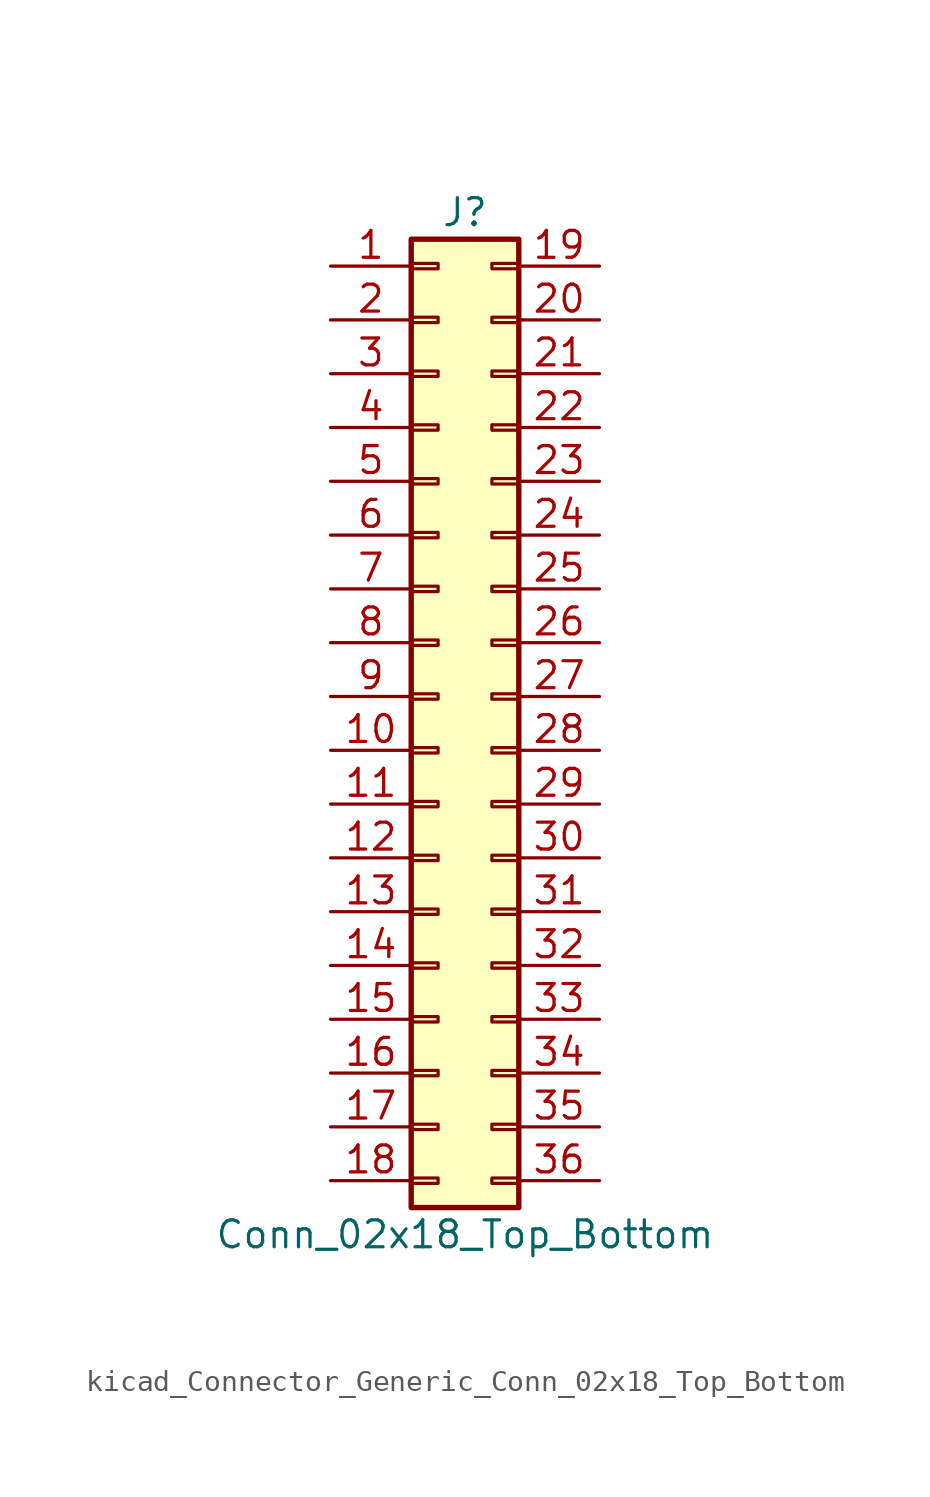
<source format=kicad_sym>
(kicad_symbol_lib
  (version 20220914)
  (generator kicad_symbol_editor)
  (symbol "kicad_Connector_Generic_Conn_02x18_Top_Bottom"
    (pin_names
      (offset 1.016) hide)
    (property "Reference" "J"
      (at 1.27 22.86 0)
      (effects (font (size 1.27 1.27))))
    (property "Value" "Conn_02x18_Top_Bottom"
      (at 1.27 -25.4 0)
      (effects (font (size 1.27 1.27))))
    (symbol "kicad_Connector_Generic_Conn_02x18_Top_Bottom_1_1"
      (rectangle (start -1.27 -22.733) (end 0 -22.987) (stroke (width 0.152) (type default)) (fill (type none)))
      (rectangle (start -1.27 -20.193) (end 0 -20.447) (stroke (width 0.152) (type default)) (fill (type none)))
      (rectangle (start -1.27 -17.653) (end 0 -17.907) (stroke (width 0.152) (type default)) (fill (type none)))
      (rectangle (start -1.27 -15.113) (end 0 -15.367) (stroke (width 0.152) (type default)) (fill (type none)))
      (rectangle (start -1.27 -12.573) (end 0 -12.827) (stroke (width 0.152) (type default)) (fill (type none)))
      (rectangle (start -1.27 -10.033) (end 0 -10.287) (stroke (width 0.152) (type default)) (fill (type none)))
      (rectangle (start -1.27 -7.493) (end 0 -7.747) (stroke (width 0.152) (type default)) (fill (type none)))
      (rectangle (start -1.27 -4.953) (end 0 -5.207) (stroke (width 0.152) (type default)) (fill (type none)))
      (rectangle (start -1.27 -2.413) (end 0 -2.667) (stroke (width 0.152) (type default)) (fill (type none)))
      (rectangle (start -1.27 0.127) (end 0 -0.127) (stroke (width 0.152) (type default)) (fill (type none)))
      (rectangle (start -1.27 2.667) (end 0 2.413) (stroke (width 0.152) (type default)) (fill (type none)))
      (rectangle (start -1.27 5.207) (end 0 4.953) (stroke (width 0.152) (type default)) (fill (type none)))
      (rectangle (start -1.27 7.747) (end 0 7.493) (stroke (width 0.152) (type default)) (fill (type none)))
      (rectangle (start -1.27 10.287) (end 0 10.033) (stroke (width 0.152) (type default)) (fill (type none)))
      (rectangle (start -1.27 12.827) (end 0 12.573) (stroke (width 0.152) (type default)) (fill (type none)))
      (rectangle (start -1.27 15.367) (end 0 15.113) (stroke (width 0.152) (type default)) (fill (type none)))
      (rectangle (start -1.27 17.907) (end 0 17.653) (stroke (width 0.152) (type default)) (fill (type none)))
      (rectangle (start -1.27 20.447) (end 0 20.193) (stroke (width 0.152) (type default)) (fill (type none)))
      (rectangle (start -1.27 21.59) (end 3.81 -24.13) (stroke (width 0.254) (type default)) (fill (type background)))
      (rectangle (start 3.81 -22.733) (end 2.54 -22.987) (stroke (width 0.152) (type default)) (fill (type none)))
      (rectangle (start 3.81 -20.193) (end 2.54 -20.447) (stroke (width 0.152) (type default)) (fill (type none)))
      (rectangle (start 3.81 -17.653) (end 2.54 -17.907) (stroke (width 0.152) (type default)) (fill (type none)))
      (rectangle (start 3.81 -15.113) (end 2.54 -15.367) (stroke (width 0.152) (type default)) (fill (type none)))
      (rectangle (start 3.81 -12.573) (end 2.54 -12.827) (stroke (width 0.152) (type default)) (fill (type none)))
      (rectangle (start 3.81 -10.033) (end 2.54 -10.287) (stroke (width 0.152) (type default)) (fill (type none)))
      (rectangle (start 3.81 -7.493) (end 2.54 -7.747) (stroke (width 0.152) (type default)) (fill (type none)))
      (rectangle (start 3.81 -4.953) (end 2.54 -5.207) (stroke (width 0.152) (type default)) (fill (type none)))
      (rectangle (start 3.81 -2.413) (end 2.54 -2.667) (stroke (width 0.152) (type default)) (fill (type none)))
      (rectangle (start 3.81 0.127) (end 2.54 -0.127) (stroke (width 0.152) (type default)) (fill (type none)))
      (rectangle (start 3.81 2.667) (end 2.54 2.413) (stroke (width 0.152) (type default)) (fill (type none)))
      (rectangle (start 3.81 5.207) (end 2.54 4.953) (stroke (width 0.152) (type default)) (fill (type none)))
      (rectangle (start 3.81 7.747) (end 2.54 7.493) (stroke (width 0.152) (type default)) (fill (type none)))
      (rectangle (start 3.81 10.287) (end 2.54 10.033) (stroke (width 0.152) (type default)) (fill (type none)))
      (rectangle (start 3.81 12.827) (end 2.54 12.573) (stroke (width 0.152) (type default)) (fill (type none)))
      (rectangle (start 3.81 15.367) (end 2.54 15.113) (stroke (width 0.152) (type default)) (fill (type none)))
      (rectangle (start 3.81 17.907) (end 2.54 17.653) (stroke (width 0.152) (type default)) (fill (type none)))
      (rectangle (start 3.81 20.447) (end 2.54 20.193) (stroke (width 0.152) (type default)) (fill (type none)))
      (pin passive line (at -5.08 20.32 0) (length 3.81) (name "Pin_1" (effects (font (size 1.27 1.27)))) (number "1" (effects (font (size 1.27 1.27)))))
      (pin passive line (at -5.08 -2.54 0) (length 3.81) (name "Pin_10" (effects (font (size 1.27 1.27)))) (number "10" (effects (font (size 1.27 1.27)))))
      (pin passive line (at -5.08 -5.08 0) (length 3.81) (name "Pin_11" (effects (font (size 1.27 1.27)))) (number "11" (effects (font (size 1.27 1.27)))))
      (pin passive line (at -5.08 -7.62 0) (length 3.81) (name "Pin_12" (effects (font (size 1.27 1.27)))) (number "12" (effects (font (size 1.27 1.27)))))
      (pin passive line (at -5.08 -10.16 0) (length 3.81) (name "Pin_13" (effects (font (size 1.27 1.27)))) (number "13" (effects (font (size 1.27 1.27)))))
      (pin passive line (at -5.08 -12.7 0) (length 3.81) (name "Pin_14" (effects (font (size 1.27 1.27)))) (number "14" (effects (font (size 1.27 1.27)))))
      (pin passive line (at -5.08 -15.24 0) (length 3.81) (name "Pin_15" (effects (font (size 1.27 1.27)))) (number "15" (effects (font (size 1.27 1.27)))))
      (pin passive line (at -5.08 -17.78 0) (length 3.81) (name "Pin_16" (effects (font (size 1.27 1.27)))) (number "16" (effects (font (size 1.27 1.27)))))
      (pin passive line (at -5.08 -20.32 0) (length 3.81) (name "Pin_17" (effects (font (size 1.27 1.27)))) (number "17" (effects (font (size 1.27 1.27)))))
      (pin passive line (at -5.08 -22.86 0) (length 3.81) (name "Pin_18" (effects (font (size 1.27 1.27)))) (number "18" (effects (font (size 1.27 1.27)))))
      (pin passive line (at 7.62 20.32 180) (length 3.81) (name "Pin_19" (effects (font (size 1.27 1.27)))) (number "19" (effects (font (size 1.27 1.27)))))
      (pin passive line (at -5.08 17.78 0) (length 3.81) (name "Pin_2" (effects (font (size 1.27 1.27)))) (number "2" (effects (font (size 1.27 1.27)))))
      (pin passive line (at 7.62 17.78 180) (length 3.81) (name "Pin_20" (effects (font (size 1.27 1.27)))) (number "20" (effects (font (size 1.27 1.27)))))
      (pin passive line (at 7.62 15.24 180) (length 3.81) (name "Pin_21" (effects (font (size 1.27 1.27)))) (number "21" (effects (font (size 1.27 1.27)))))
      (pin passive line (at 7.62 12.7 180) (length 3.81) (name "Pin_22" (effects (font (size 1.27 1.27)))) (number "22" (effects (font (size 1.27 1.27)))))
      (pin passive line (at 7.62 10.16 180) (length 3.81) (name "Pin_23" (effects (font (size 1.27 1.27)))) (number "23" (effects (font (size 1.27 1.27)))))
      (pin passive line (at 7.62 7.62 180) (length 3.81) (name "Pin_24" (effects (font (size 1.27 1.27)))) (number "24" (effects (font (size 1.27 1.27)))))
      (pin passive line (at 7.62 5.08 180) (length 3.81) (name "Pin_25" (effects (font (size 1.27 1.27)))) (number "25" (effects (font (size 1.27 1.27)))))
      (pin passive line (at 7.62 2.54 180) (length 3.81) (name "Pin_26" (effects (font (size 1.27 1.27)))) (number "26" (effects (font (size 1.27 1.27)))))
      (pin passive line (at 7.62 0 180) (length 3.81) (name "Pin_27" (effects (font (size 1.27 1.27)))) (number "27" (effects (font (size 1.27 1.27)))))
      (pin passive line (at 7.62 -2.54 180) (length 3.81) (name "Pin_28" (effects (font (size 1.27 1.27)))) (number "28" (effects (font (size 1.27 1.27)))))
      (pin passive line (at 7.62 -5.08 180) (length 3.81) (name "Pin_29" (effects (font (size 1.27 1.27)))) (number "29" (effects (font (size 1.27 1.27)))))
      (pin passive line (at -5.08 15.24 0) (length 3.81) (name "Pin_3" (effects (font (size 1.27 1.27)))) (number "3" (effects (font (size 1.27 1.27)))))
      (pin passive line (at 7.62 -7.62 180) (length 3.81) (name "Pin_30" (effects (font (size 1.27 1.27)))) (number "30" (effects (font (size 1.27 1.27)))))
      (pin passive line (at 7.62 -10.16 180) (length 3.81) (name "Pin_31" (effects (font (size 1.27 1.27)))) (number "31" (effects (font (size 1.27 1.27)))))
      (pin passive line (at 7.62 -12.7 180) (length 3.81) (name "Pin_32" (effects (font (size 1.27 1.27)))) (number "32" (effects (font (size 1.27 1.27)))))
      (pin passive line (at 7.62 -15.24 180) (length 3.81) (name "Pin_33" (effects (font (size 1.27 1.27)))) (number "33" (effects (font (size 1.27 1.27)))))
      (pin passive line (at 7.62 -17.78 180) (length 3.81) (name "Pin_34" (effects (font (size 1.27 1.27)))) (number "34" (effects (font (size 1.27 1.27)))))
      (pin passive line (at 7.62 -20.32 180) (length 3.81) (name "Pin_35" (effects (font (size 1.27 1.27)))) (number "35" (effects (font (size 1.27 1.27)))))
      (pin passive line (at 7.62 -22.86 180) (length 3.81) (name "Pin_36" (effects (font (size 1.27 1.27)))) (number "36" (effects (font (size 1.27 1.27)))))
      (pin passive line (at -5.08 12.7 0) (length 3.81) (name "Pin_4" (effects (font (size 1.27 1.27)))) (number "4" (effects (font (size 1.27 1.27)))))
      (pin passive line (at -5.08 10.16 0) (length 3.81) (name "Pin_5" (effects (font (size 1.27 1.27)))) (number "5" (effects (font (size 1.27 1.27)))))
      (pin passive line (at -5.08 7.62 0) (length 3.81) (name "Pin_6" (effects (font (size 1.27 1.27)))) (number "6" (effects (font (size 1.27 1.27)))))
      (pin passive line (at -5.08 5.08 0) (length 3.81) (name "Pin_7" (effects (font (size 1.27 1.27)))) (number "7" (effects (font (size 1.27 1.27)))))
      (pin passive line (at -5.08 2.54 0) (length 3.81) (name "Pin_8" (effects (font (size 1.27 1.27)))) (number "8" (effects (font (size 1.27 1.27)))))
      (pin passive line (at -5.08 0 0) (length 3.81) (name "Pin_9" (effects (font (size 1.27 1.27)))) (number "9" (effects (font (size 1.27 1.27))))))))
</source>
